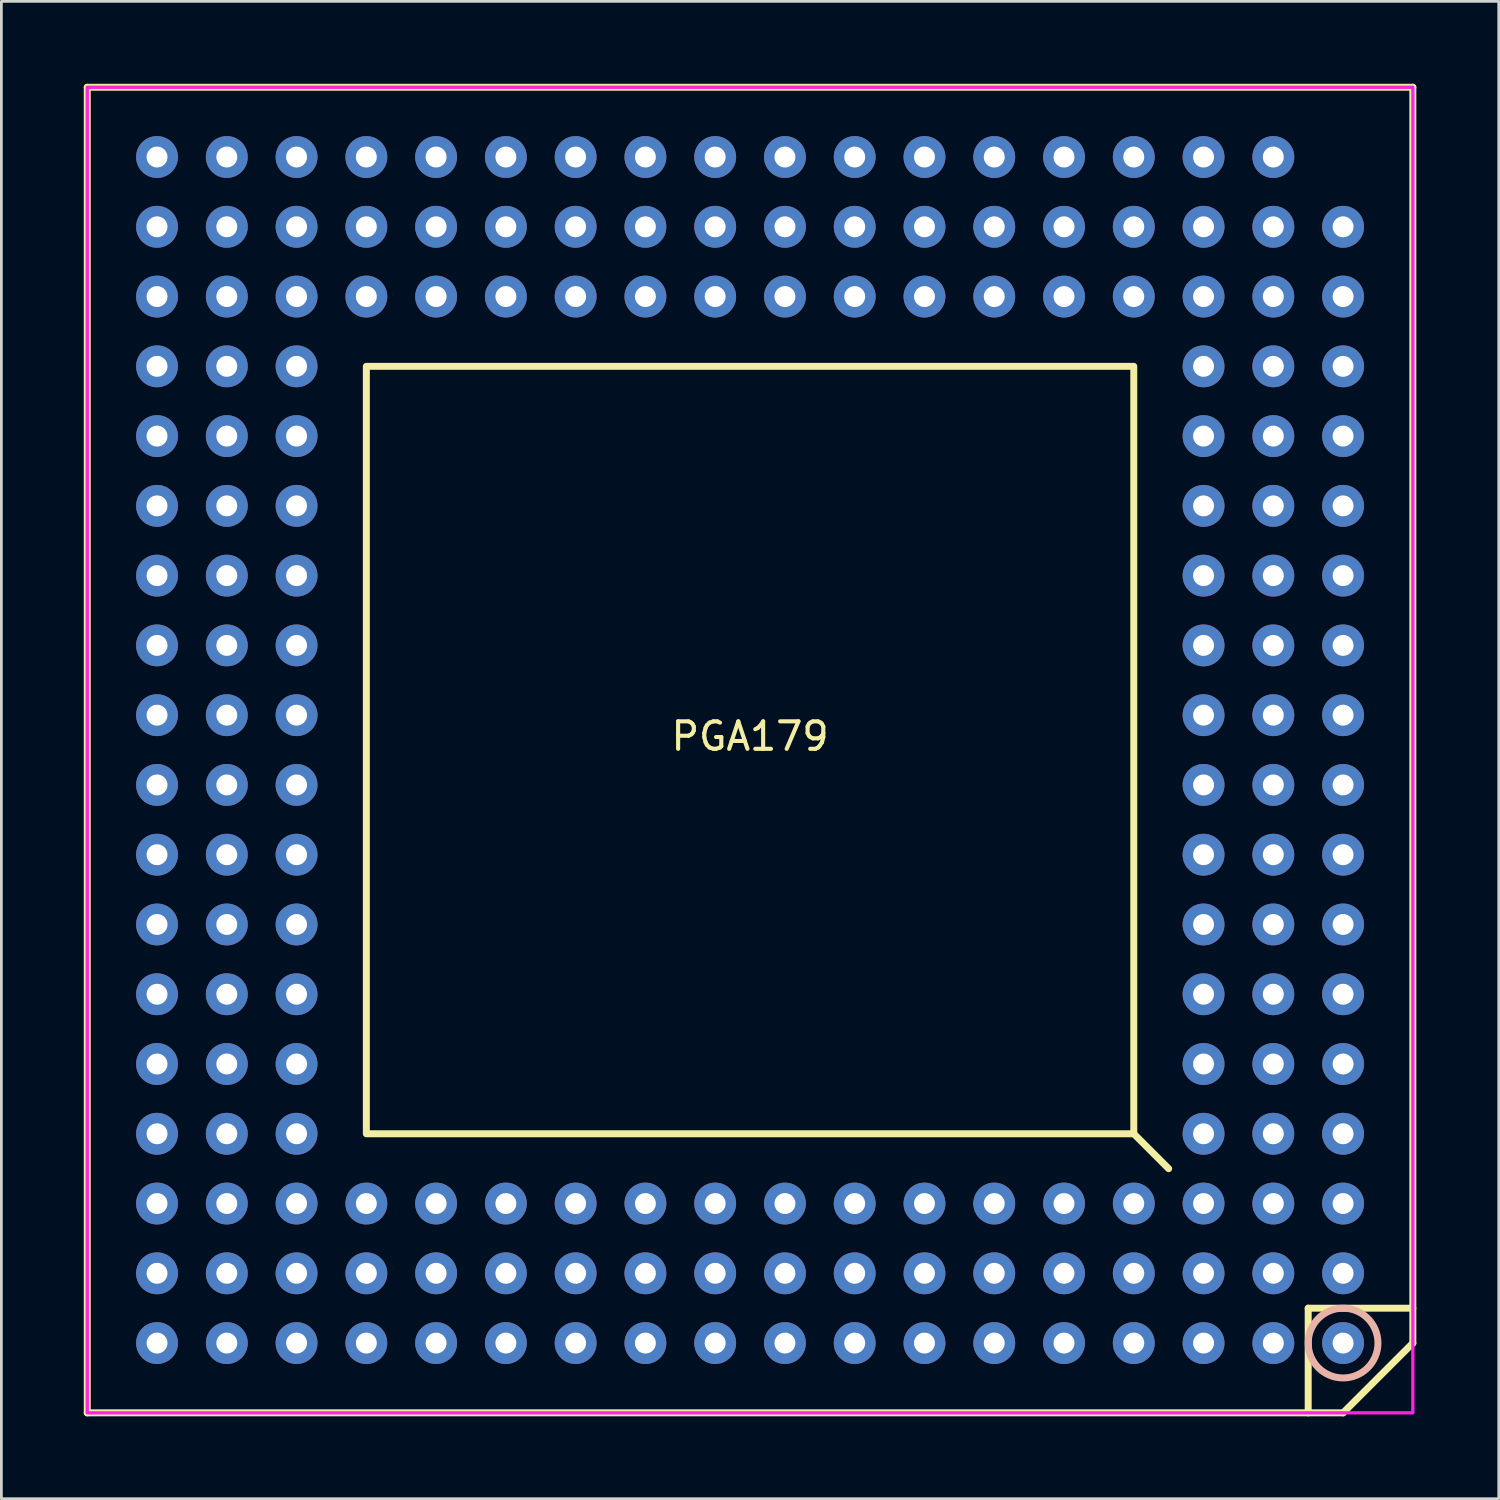
<source format=kicad_pcb>
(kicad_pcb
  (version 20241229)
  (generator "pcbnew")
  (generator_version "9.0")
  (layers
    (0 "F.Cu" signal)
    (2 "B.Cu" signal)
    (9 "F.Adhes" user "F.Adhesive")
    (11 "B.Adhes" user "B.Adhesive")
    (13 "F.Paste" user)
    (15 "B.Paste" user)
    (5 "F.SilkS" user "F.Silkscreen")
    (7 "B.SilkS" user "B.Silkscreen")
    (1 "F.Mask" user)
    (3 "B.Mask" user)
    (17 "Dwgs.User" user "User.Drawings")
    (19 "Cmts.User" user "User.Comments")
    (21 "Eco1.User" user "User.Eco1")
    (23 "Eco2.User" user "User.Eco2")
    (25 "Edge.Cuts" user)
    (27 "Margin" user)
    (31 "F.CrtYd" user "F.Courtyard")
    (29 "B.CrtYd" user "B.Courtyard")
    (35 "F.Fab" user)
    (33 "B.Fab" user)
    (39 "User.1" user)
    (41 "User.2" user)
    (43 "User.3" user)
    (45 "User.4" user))
  (footprint "PGA179"
    (layer "F.Cu")
    (at 24.257 24.257)
    (property "Reference" "PGA179" (at 0 -0.5 0) (unlocked yes) (layer "F.SilkS") (effects (font (size 1 1) (thickness 0.15))))
    (attr through_hole)
    (fp_line (start -24.13 -24.13) (end 24.13 -24.13) (stroke (width 0.254) (type default)) (layer "F.SilkS"))
    (fp_line (start -24.13 24.13) (end -24.13 -24.13) (stroke (width 0.254) (type default)) (layer "F.SilkS"))
    (fp_line (start 15.24 15.24) (end 13.97 13.97) (stroke (width 0.254) (type default)) (layer "F.SilkS"))
    (fp_line (start 20.32 20.32) (end 24.13 20.32) (stroke (width 0.254) (type default)) (layer "F.SilkS"))
    (fp_line (start 20.32 24.13) (end 20.32 20.32) (stroke (width 0.254) (type default)) (layer "F.SilkS"))
    (fp_line (start 21.59 24.13) (end -24.13 24.13) (stroke (width 0.254) (type default)) (layer "F.SilkS"))
    (fp_line (start 24.13 -24.13) (end 24.13 21.59) (stroke (width 0.254) (type default)) (layer "F.SilkS"))
    (fp_line (start 24.13 21.59) (end 21.59 24.13) (stroke (width 0.254) (type default)) (layer "F.SilkS"))
    (fp_rect (start -13.97 -13.97) (end 13.97 13.97) (stroke (width 0.254) (type default)) (fill no) (layer "F.SilkS"))
    (fp_circle (center 21.59 21.59) (end 22.86 21.59) (stroke (width 0.254) (type default)) (fill no) (layer "B.SilkS"))
    (fp_rect (start -24.13 -24.13) (end 24.13 24.13) (stroke (width 0.12) (type default)) (fill no) (layer "F.CrtYd"))
    (pad "A1" thru_hole circle (at 21.59 21.59) (size 1.524 1.524) (drill 0.762) (layers "*.Cu" "*.Mask"))
    (pad "A2" thru_hole circle (at 19.05 21.59) (size 1.524 1.524) (drill 0.762) (layers "*.Cu" "*.Mask"))
    (pad "A3" thru_hole circle (at 16.51 21.59) (size 1.524 1.524) (drill 0.762) (layers "*.Cu" "*.Mask"))
    (pad "A4" thru_hole circle (at 13.97 21.59) (size 1.524 1.524) (drill 0.762) (layers "*.Cu" "*.Mask"))
    (pad "A5" thru_hole circle (at 11.43 21.59) (size 1.524 1.524) (drill 0.762) (layers "*.Cu" "*.Mask"))
    (pad "A6" thru_hole circle (at 8.89 21.59) (size 1.524 1.524) (drill 0.762) (layers "*.Cu" "*.Mask"))
    (pad "A7" thru_hole circle (at 6.35 21.59) (size 1.524 1.524) (drill 0.762) (layers "*.Cu" "*.Mask"))
    (pad "A8" thru_hole circle (at 3.81 21.59) (size 1.524 1.524) (drill 0.762) (layers "*.Cu" "*.Mask"))
    (pad "A9" thru_hole circle (at 1.27 21.59) (size 1.524 1.524) (drill 0.762) (layers "*.Cu" "*.Mask"))
    (pad "A10" thru_hole circle (at -1.27 21.59) (size 1.524 1.524) (drill 0.762) (layers "*.Cu" "*.Mask"))
    (pad "A11" thru_hole circle (at -3.81 21.59) (size 1.524 1.524) (drill 0.762) (layers "*.Cu" "*.Mask"))
    (pad "A12" thru_hole circle (at -6.35 21.59) (size 1.524 1.524) (drill 0.762) (layers "*.Cu" "*.Mask"))
    (pad "A13" thru_hole circle (at -8.89 21.59) (size 1.524 1.524) (drill 0.762) (layers "*.Cu" "*.Mask"))
    (pad "A14" thru_hole circle (at -11.43 21.59) (size 1.524 1.524) (drill 0.762) (layers "*.Cu" "*.Mask"))
    (pad "A15" thru_hole circle (at -13.97 21.59) (size 1.524 1.524) (drill 0.762) (layers "*.Cu" "*.Mask"))
    (pad "A16" thru_hole circle (at -16.51 21.59) (size 1.524 1.524) (drill 0.762) (layers "*.Cu" "*.Mask"))
    (pad "A17" thru_hole circle (at -19.05 21.59) (size 1.524 1.524) (drill 0.762) (layers "*.Cu" "*.Mask"))
    (pad "A18" thru_hole circle (at -21.59 21.59) (size 1.524 1.524) (drill 0.762) (layers "*.Cu" "*.Mask"))
    (pad "B1" thru_hole circle (at 21.59 19.05) (size 1.524 1.524) (drill 0.762) (layers "*.Cu" "*.Mask"))
    (pad "B2" thru_hole circle (at 19.05 19.05) (size 1.524 1.524) (drill 0.762) (layers "*.Cu" "*.Mask"))
    (pad "B3" thru_hole circle (at 16.51 19.05) (size 1.524 1.524) (drill 0.762) (layers "*.Cu" "*.Mask"))
    (pad "B4" thru_hole circle (at 13.97 19.05) (size 1.524 1.524) (drill 0.762) (layers "*.Cu" "*.Mask"))
    (pad "B5" thru_hole circle (at 11.43 19.05) (size 1.524 1.524) (drill 0.762) (layers "*.Cu" "*.Mask"))
    (pad "B6" thru_hole circle (at 8.89 19.05) (size 1.524 1.524) (drill 0.762) (layers "*.Cu" "*.Mask"))
    (pad "B7" thru_hole circle (at 6.35 19.05) (size 1.524 1.524) (drill 0.762) (layers "*.Cu" "*.Mask"))
    (pad "B8" thru_hole circle (at 3.81 19.05) (size 1.524 1.524) (drill 0.762) (layers "*.Cu" "*.Mask"))
    (pad "B9" thru_hole circle (at 1.27 19.05) (size 1.524 1.524) (drill 0.762) (layers "*.Cu" "*.Mask"))
    (pad "B10" thru_hole circle (at -1.27 19.05) (size 1.524 1.524) (drill 0.762) (layers "*.Cu" "*.Mask"))
    (pad "B11" thru_hole circle (at -3.81 19.05) (size 1.524 1.524) (drill 0.762) (layers "*.Cu" "*.Mask"))
    (pad "B12" thru_hole circle (at -6.35 19.05) (size 1.524 1.524) (drill 0.762) (layers "*.Cu" "*.Mask"))
    (pad "B13" thru_hole circle (at -8.89 19.05) (size 1.524 1.524) (drill 0.762) (layers "*.Cu" "*.Mask"))
    (pad "B14" thru_hole circle (at -11.43 19.05) (size 1.524 1.524) (drill 0.762) (layers "*.Cu" "*.Mask"))
    (pad "B15" thru_hole circle (at -13.97 19.05) (size 1.524 1.524) (drill 0.762) (layers "*.Cu" "*.Mask"))
    (pad "B16" thru_hole circle (at -16.51 19.05) (size 1.524 1.524) (drill 0.762) (layers "*.Cu" "*.Mask"))
    (pad "B17" thru_hole circle (at -19.05 19.05) (size 1.524 1.524) (drill 0.762) (layers "*.Cu" "*.Mask"))
    (pad "B18" thru_hole circle (at -21.59 19.05) (size 1.524 1.524) (drill 0.762) (layers "*.Cu" "*.Mask"))
    (pad "C1" thru_hole circle (at 21.59 16.51) (size 1.524 1.524) (drill 0.762) (layers "*.Cu" "*.Mask"))
    (pad "C2" thru_hole circle (at 19.05 16.51) (size 1.524 1.524) (drill 0.762) (layers "*.Cu" "*.Mask"))
    (pad "C3" thru_hole circle (at 16.51 16.51) (size 1.524 1.524) (drill 0.762) (layers "*.Cu" "*.Mask"))
    (pad "C4" thru_hole circle (at 13.97 16.51) (size 1.524 1.524) (drill 0.762) (layers "*.Cu" "*.Mask"))
    (pad "C5" thru_hole circle (at 11.43 16.51) (size 1.524 1.524) (drill 0.762) (layers "*.Cu" "*.Mask"))
    (pad "C6" thru_hole circle (at 8.89 16.51) (size 1.524 1.524) (drill 0.762) (layers "*.Cu" "*.Mask"))
    (pad "C7" thru_hole circle (at 6.35 16.51) (size 1.524 1.524) (drill 0.762) (layers "*.Cu" "*.Mask"))
    (pad "C8" thru_hole circle (at 3.81 16.51) (size 1.524 1.524) (drill 0.762) (layers "*.Cu" "*.Mask"))
    (pad "C9" thru_hole circle (at 1.27 16.51) (size 1.524 1.524) (drill 0.762) (layers "*.Cu" "*.Mask"))
    (pad "C10" thru_hole circle (at -1.27 16.51) (size 1.524 1.524) (drill 0.762) (layers "*.Cu" "*.Mask"))
    (pad "C11" thru_hole circle (at -3.81 16.51) (size 1.524 1.524) (drill 0.762) (layers "*.Cu" "*.Mask"))
    (pad "C12" thru_hole circle (at -6.35 16.51) (size 1.524 1.524) (drill 0.762) (layers "*.Cu" "*.Mask"))
    (pad "C13" thru_hole circle (at -8.89 16.51) (size 1.524 1.524) (drill 0.762) (layers "*.Cu" "*.Mask"))
    (pad "C14" thru_hole circle (at -11.43 16.51) (size 1.524 1.524) (drill 0.762) (layers "*.Cu" "*.Mask"))
    (pad "C15" thru_hole circle (at -13.97 16.51) (size 1.524 1.524) (drill 0.762) (layers "*.Cu" "*.Mask"))
    (pad "C16" thru_hole circle (at -16.51 16.51) (size 1.524 1.524) (drill 0.762) (layers "*.Cu" "*.Mask"))
    (pad "C17" thru_hole circle (at -19.05 16.51) (size 1.524 1.524) (drill 0.762) (layers "*.Cu" "*.Mask"))
    (pad "C18" thru_hole circle (at -21.59 16.51) (size 1.524 1.524) (drill 0.762) (layers "*.Cu" "*.Mask"))
    (pad "D1" thru_hole circle (at 21.59 13.97) (size 1.524 1.524) (drill 0.762) (layers "*.Cu" "*.Mask"))
    (pad "D2" thru_hole circle (at 19.05 13.97) (size 1.524 1.524) (drill 0.762) (layers "*.Cu" "*.Mask"))
    (pad "D3" thru_hole circle (at 16.51 13.97) (size 1.524 1.524) (drill 0.762) (layers "*.Cu" "*.Mask"))
    (pad "D16" thru_hole circle (at -16.51 13.97) (size 1.524 1.524) (drill 0.762) (layers "*.Cu" "*.Mask"))
    (pad "D17" thru_hole circle (at -19.05 13.97) (size 1.524 1.524) (drill 0.762) (layers "*.Cu" "*.Mask"))
    (pad "D18" thru_hole circle (at -21.59 13.97) (size 1.524 1.524) (drill 0.762) (layers "*.Cu" "*.Mask"))
    (pad "E1" thru_hole circle (at 21.59 11.43) (size 1.524 1.524) (drill 0.762) (layers "*.Cu" "*.Mask"))
    (pad "E2" thru_hole circle (at 19.05 11.43) (size 1.524 1.524) (drill 0.762) (layers "*.Cu" "*.Mask"))
    (pad "E3" thru_hole circle (at 16.51 11.43) (size 1.524 1.524) (drill 0.762) (layers "*.Cu" "*.Mask"))
    (pad "E16" thru_hole circle (at -16.51 11.43) (size 1.524 1.524) (drill 0.762) (layers "*.Cu" "*.Mask"))
    (pad "E17" thru_hole circle (at -19.05 11.43) (size 1.524 1.524) (drill 0.762) (layers "*.Cu" "*.Mask"))
    (pad "E18" thru_hole circle (at -21.59 11.43) (size 1.524 1.524) (drill 0.762) (layers "*.Cu" "*.Mask"))
    (pad "F1" thru_hole circle (at 21.59 8.89) (size 1.524 1.524) (drill 0.762) (layers "*.Cu" "*.Mask"))
    (pad "F2" thru_hole circle (at 19.05 8.89) (size 1.524 1.524) (drill 0.762) (layers "*.Cu" "*.Mask"))
    (pad "F3" thru_hole circle (at 16.51 8.89) (size 1.524 1.524) (drill 0.762) (layers "*.Cu" "*.Mask"))
    (pad "F16" thru_hole circle (at -16.51 8.89) (size 1.524 1.524) (drill 0.762) (layers "*.Cu" "*.Mask"))
    (pad "F17" thru_hole circle (at -19.05 8.89) (size 1.524 1.524) (drill 0.762) (layers "*.Cu" "*.Mask"))
    (pad "F18" thru_hole circle (at -21.59 8.89) (size 1.524 1.524) (drill 0.762) (layers "*.Cu" "*.Mask"))
    (pad "G1" thru_hole circle (at 21.59 6.35) (size 1.524 1.524) (drill 0.762) (layers "*.Cu" "*.Mask"))
    (pad "G2" thru_hole circle (at 19.05 6.35) (size 1.524 1.524) (drill 0.762) (layers "*.Cu" "*.Mask"))
    (pad "G3" thru_hole circle (at 16.51 6.35) (size 1.524 1.524) (drill 0.762) (layers "*.Cu" "*.Mask"))
    (pad "G16" thru_hole circle (at -16.51 6.35) (size 1.524 1.524) (drill 0.762) (layers "*.Cu" "*.Mask"))
    (pad "G17" thru_hole circle (at -19.05 6.35) (size 1.524 1.524) (drill 0.762) (layers "*.Cu" "*.Mask"))
    (pad "G18" thru_hole circle (at -21.59 6.35) (size 1.524 1.524) (drill 0.762) (layers "*.Cu" "*.Mask"))
    (pad "H1" thru_hole circle (at 21.59 3.81) (size 1.524 1.524) (drill 0.762) (layers "*.Cu" "*.Mask"))
    (pad "H2" thru_hole circle (at 19.05 3.81) (size 1.524 1.524) (drill 0.762) (layers "*.Cu" "*.Mask"))
    (pad "H3" thru_hole circle (at 16.51 3.81) (size 1.524 1.524) (drill 0.762) (layers "*.Cu" "*.Mask"))
    (pad "H16" thru_hole circle (at -16.51 3.81) (size 1.524 1.524) (drill 0.762) (layers "*.Cu" "*.Mask"))
    (pad "H17" thru_hole circle (at -19.05 3.81) (size 1.524 1.524) (drill 0.762) (layers "*.Cu" "*.Mask"))
    (pad "H18" thru_hole circle (at -21.59 3.81) (size 1.524 1.524) (drill 0.762) (layers "*.Cu" "*.Mask"))
    (pad "J1" thru_hole circle (at 21.59 1.27) (size 1.524 1.524) (drill 0.762) (layers "*.Cu" "*.Mask"))
    (pad "J2" thru_hole circle (at 19.05 1.27) (size 1.524 1.524) (drill 0.762) (layers "*.Cu" "*.Mask"))
    (pad "J3" thru_hole circle (at 16.51 1.27) (size 1.524 1.524) (drill 0.762) (layers "*.Cu" "*.Mask"))
    (pad "J16" thru_hole circle (at -16.51 1.27) (size 1.524 1.524) (drill 0.762) (layers "*.Cu" "*.Mask"))
    (pad "J17" thru_hole circle (at -19.05 1.27) (size 1.524 1.524) (drill 0.762) (layers "*.Cu" "*.Mask"))
    (pad "J18" thru_hole circle (at -21.59 1.27) (size 1.524 1.524) (drill 0.762) (layers "*.Cu" "*.Mask"))
    (pad "K1" thru_hole circle (at 21.59 -1.27) (size 1.524 1.524) (drill 0.762) (layers "*.Cu" "*.Mask"))
    (pad "K2" thru_hole circle (at 19.05 -1.27) (size 1.524 1.524) (drill 0.762) (layers "*.Cu" "*.Mask"))
    (pad "K3" thru_hole circle (at 16.51 -1.27) (size 1.524 1.524) (drill 0.762) (layers "*.Cu" "*.Mask"))
    (pad "K16" thru_hole circle (at -16.51 -1.27) (size 1.524 1.524) (drill 0.762) (layers "*.Cu" "*.Mask"))
    (pad "K17" thru_hole circle (at -19.05 -1.27) (size 1.524 1.524) (drill 0.762) (layers "*.Cu" "*.Mask"))
    (pad "K18" thru_hole circle (at -21.59 -1.27) (size 1.524 1.524) (drill 0.762) (layers "*.Cu" "*.Mask"))
    (pad "L1" thru_hole circle (at 21.59 -3.81) (size 1.524 1.524) (drill 0.762) (layers "*.Cu" "*.Mask"))
    (pad "L2" thru_hole circle (at 19.05 -3.81) (size 1.524 1.524) (drill 0.762) (layers "*.Cu" "*.Mask"))
    (pad "L3" thru_hole circle (at 16.51 -3.81) (size 1.524 1.524) (drill 0.762) (layers "*.Cu" "*.Mask"))
    (pad "L16" thru_hole circle (at -16.51 -3.81) (size 1.524 1.524) (drill 0.762) (layers "*.Cu" "*.Mask"))
    (pad "L17" thru_hole circle (at -19.05 -3.81) (size 1.524 1.524) (drill 0.762) (layers "*.Cu" "*.Mask"))
    (pad "L18" thru_hole circle (at -21.59 -3.81) (size 1.524 1.524) (drill 0.762) (layers "*.Cu" "*.Mask"))
    (pad "M1" thru_hole circle (at 21.59 -6.35) (size 1.524 1.524) (drill 0.762) (layers "*.Cu" "*.Mask"))
    (pad "M2" thru_hole circle (at 19.05 -6.35) (size 1.524 1.524) (drill 0.762) (layers "*.Cu" "*.Mask"))
    (pad "M3" thru_hole circle (at 16.51 -6.35) (size 1.524 1.524) (drill 0.762) (layers "*.Cu" "*.Mask"))
    (pad "M16" thru_hole circle (at -16.51 -6.35) (size 1.524 1.524) (drill 0.762) (layers "*.Cu" "*.Mask"))
    (pad "M17" thru_hole circle (at -19.05 -6.35) (size 1.524 1.524) (drill 0.762) (layers "*.Cu" "*.Mask"))
    (pad "M18" thru_hole circle (at -21.59 -6.35) (size 1.524 1.524) (drill 0.762) (layers "*.Cu" "*.Mask"))
    (pad "N1" thru_hole circle (at 21.59 -8.89) (size 1.524 1.524) (drill 0.762) (layers "*.Cu" "*.Mask"))
    (pad "N2" thru_hole circle (at 19.05 -8.89) (size 1.524 1.524) (drill 0.762) (layers "*.Cu" "*.Mask"))
    (pad "N3" thru_hole circle (at 16.51 -8.89) (size 1.524 1.524) (drill 0.762) (layers "*.Cu" "*.Mask"))
    (pad "N16" thru_hole circle (at -16.51 -8.89) (size 1.524 1.524) (drill 0.762) (layers "*.Cu" "*.Mask"))
    (pad "N17" thru_hole circle (at -19.05 -8.89) (size 1.524 1.524) (drill 0.762) (layers "*.Cu" "*.Mask"))
    (pad "N18" thru_hole circle (at -21.59 -8.89) (size 1.524 1.524) (drill 0.762) (layers "*.Cu" "*.Mask"))
    (pad "P1" thru_hole circle (at 21.59 -11.43) (size 1.524 1.524) (drill 0.762) (layers "*.Cu" "*.Mask"))
    (pad "P2" thru_hole circle (at 19.05 -11.43) (size 1.524 1.524) (drill 0.762) (layers "*.Cu" "*.Mask"))
    (pad "P3" thru_hole circle (at 16.51 -11.43) (size 1.524 1.524) (drill 0.762) (layers "*.Cu" "*.Mask"))
    (pad "P16" thru_hole circle (at -16.51 -11.43) (size 1.524 1.524) (drill 0.762) (layers "*.Cu" "*.Mask"))
    (pad "P17" thru_hole circle (at -19.05 -11.43) (size 1.524 1.524) (drill 0.762) (layers "*.Cu" "*.Mask"))
    (pad "P18" thru_hole circle (at -21.59 -11.43) (size 1.524 1.524) (drill 0.762) (layers "*.Cu" "*.Mask"))
    (pad "Q1" thru_hole circle (at 21.59 -13.97) (size 1.524 1.524) (drill 0.762) (layers "*.Cu" "*.Mask"))
    (pad "Q2" thru_hole circle (at 19.05 -13.97) (size 1.524 1.524) (drill 0.762) (layers "*.Cu" "*.Mask"))
    (pad "Q3" thru_hole circle (at 16.51 -13.97) (size 1.524 1.524) (drill 0.762) (layers "*.Cu" "*.Mask"))
    (pad "Q16" thru_hole circle (at -16.51 -13.97) (size 1.524 1.524) (drill 0.762) (layers "*.Cu" "*.Mask"))
    (pad "Q17" thru_hole circle (at -19.05 -13.97) (size 1.524 1.524) (drill 0.762) (layers "*.Cu" "*.Mask"))
    (pad "Q18" thru_hole circle (at -21.59 -13.97) (size 1.524 1.524) (drill 0.762) (layers "*.Cu" "*.Mask"))
    (pad "R1" thru_hole circle (at 21.59 -16.51) (size 1.524 1.524) (drill 0.762) (layers "*.Cu" "*.Mask"))
    (pad "R2" thru_hole circle (at 19.05 -16.51) (size 1.524 1.524) (drill 0.762) (layers "*.Cu" "*.Mask"))
    (pad "R3" thru_hole circle (at 16.51 -16.51) (size 1.524 1.524) (drill 0.762) (layers "*.Cu" "*.Mask"))
    (pad "R4" thru_hole circle (at 13.97 -16.51) (size 1.524 1.524) (drill 0.762) (layers "*.Cu" "*.Mask"))
    (pad "R5" thru_hole circle (at 11.43 -16.51) (size 1.524 1.524) (drill 0.762) (layers "*.Cu" "*.Mask"))
    (pad "R6" thru_hole circle (at 8.89 -16.51) (size 1.524 1.524) (drill 0.762) (layers "*.Cu" "*.Mask"))
    (pad "R7" thru_hole circle (at 6.35 -16.51) (size 1.524 1.524) (drill 0.762) (layers "*.Cu" "*.Mask"))
    (pad "R8" thru_hole circle (at 3.81 -16.51) (size 1.524 1.524) (drill 0.762) (layers "*.Cu" "*.Mask"))
    (pad "R9" thru_hole circle (at 1.27 -16.51) (size 1.524 1.524) (drill 0.762) (layers "*.Cu" "*.Mask"))
    (pad "R10" thru_hole circle (at -1.27 -16.51) (size 1.524 1.524) (drill 0.762) (layers "*.Cu" "*.Mask"))
    (pad "R11" thru_hole circle (at -3.81 -16.51) (size 1.524 1.524) (drill 0.762) (layers "*.Cu" "*.Mask"))
    (pad "R12" thru_hole circle (at -6.35 -16.51) (size 1.524 1.524) (drill 0.762) (layers "*.Cu" "*.Mask"))
    (pad "R13" thru_hole circle (at -8.89 -16.51) (size 1.524 1.524) (drill 0.762) (layers "*.Cu" "*.Mask"))
    (pad "R14" thru_hole circle (at -11.43 -16.51) (size 1.524 1.524) (drill 0.762) (layers "*.Cu" "*.Mask"))
    (pad "R15" thru_hole circle (at -13.97 -16.51) (size 1.524 1.524) (drill 0.762) (layers "*.Cu" "*.Mask"))
    (pad "R16" thru_hole circle (at -16.51 -16.51) (size 1.524 1.524) (drill 0.762) (layers "*.Cu" "*.Mask"))
    (pad "R17" thru_hole circle (at -19.05 -16.51) (size 1.524 1.524) (drill 0.762) (layers "*.Cu" "*.Mask"))
    (pad "R18" thru_hole circle (at -21.59 -16.51) (size 1.524 1.524) (drill 0.762) (layers "*.Cu" "*.Mask"))
    (pad "S1" thru_hole circle (at 21.59 -19.05) (size 1.524 1.524) (drill 0.762) (layers "*.Cu" "*.Mask"))
    (pad "S2" thru_hole circle (at 19.05 -19.05) (size 1.524 1.524) (drill 0.762) (layers "*.Cu" "*.Mask"))
    (pad "S3" thru_hole circle (at 16.51 -19.05) (size 1.524 1.524) (drill 0.762) (layers "*.Cu" "*.Mask"))
    (pad "S4" thru_hole circle (at 13.97 -19.05) (size 1.524 1.524) (drill 0.762) (layers "*.Cu" "*.Mask"))
    (pad "S5" thru_hole circle (at 11.43 -19.05) (size 1.524 1.524) (drill 0.762) (layers "*.Cu" "*.Mask"))
    (pad "S6" thru_hole circle (at 8.89 -19.05) (size 1.524 1.524) (drill 0.762) (layers "*.Cu" "*.Mask"))
    (pad "S7" thru_hole circle (at 6.35 -19.05) (size 1.524 1.524) (drill 0.762) (layers "*.Cu" "*.Mask"))
    (pad "S8" thru_hole circle (at 3.81 -19.05) (size 1.524 1.524) (drill 0.762) (layers "*.Cu" "*.Mask"))
    (pad "S9" thru_hole circle (at 1.27 -19.05) (size 1.524 1.524) (drill 0.762) (layers "*.Cu" "*.Mask"))
    (pad "S10" thru_hole circle (at -1.27 -19.05) (size 1.524 1.524) (drill 0.762) (layers "*.Cu" "*.Mask"))
    (pad "S11" thru_hole circle (at -3.81 -19.05) (size 1.524 1.524) (drill 0.762) (layers "*.Cu" "*.Mask"))
    (pad "S12" thru_hole circle (at -6.35 -19.05) (size 1.524 1.524) (drill 0.762) (layers "*.Cu" "*.Mask"))
    (pad "S13" thru_hole circle (at -8.89 -19.05) (size 1.524 1.524) (drill 0.762) (layers "*.Cu" "*.Mask"))
    (pad "S14" thru_hole circle (at -11.43 -19.05) (size 1.524 1.524) (drill 0.762) (layers "*.Cu" "*.Mask"))
    (pad "S15" thru_hole circle (at -13.97 -19.05) (size 1.524 1.524) (drill 0.762) (layers "*.Cu" "*.Mask"))
    (pad "S16" thru_hole circle (at -16.51 -19.05) (size 1.524 1.524) (drill 0.762) (layers "*.Cu" "*.Mask"))
    (pad "S17" thru_hole circle (at -19.05 -19.05) (size 1.524 1.524) (drill 0.762) (layers "*.Cu" "*.Mask"))
    (pad "S18" thru_hole circle (at -21.59 -19.05) (size 1.524 1.524) (drill 0.762) (layers "*.Cu" "*.Mask"))
    (pad "T2" thru_hole circle (at 19.05 -21.59) (size 1.524 1.524) (drill 0.762) (layers "*.Cu" "*.Mask"))
    (pad "T3" thru_hole circle (at 16.51 -21.59) (size 1.524 1.524) (drill 0.762) (layers "*.Cu" "*.Mask"))
    (pad "T4" thru_hole circle (at 13.97 -21.59) (size 1.524 1.524) (drill 0.762) (layers "*.Cu" "*.Mask"))
    (pad "T5" thru_hole circle (at 11.43 -21.59) (size 1.524 1.524) (drill 0.762) (layers "*.Cu" "*.Mask"))
    (pad "T6" thru_hole circle (at 8.89 -21.59) (size 1.524 1.524) (drill 0.762) (layers "*.Cu" "*.Mask"))
    (pad "T7" thru_hole circle (at 6.35 -21.59) (size 1.524 1.524) (drill 0.762) (layers "*.Cu" "*.Mask"))
    (pad "T8" thru_hole circle (at 3.81 -21.59) (size 1.524 1.524) (drill 0.762) (layers "*.Cu" "*.Mask"))
    (pad "T9" thru_hole circle (at 1.27 -21.59) (size 1.524 1.524) (drill 0.762) (layers "*.Cu" "*.Mask"))
    (pad "T10" thru_hole circle (at -1.27 -21.59) (size 1.524 1.524) (drill 0.762) (layers "*.Cu" "*.Mask"))
    (pad "T11" thru_hole circle (at -3.81 -21.59) (size 1.524 1.524) (drill 0.762) (layers "*.Cu" "*.Mask"))
    (pad "T12" thru_hole circle (at -6.35 -21.59) (size 1.524 1.524) (drill 0.762) (layers "*.Cu" "*.Mask"))
    (pad "T13" thru_hole circle (at -8.89 -21.59) (size 1.524 1.524) (drill 0.762) (layers "*.Cu" "*.Mask"))
    (pad "T14" thru_hole circle (at -11.43 -21.59) (size 1.524 1.524) (drill 0.762) (layers "*.Cu" "*.Mask"))
    (pad "T15" thru_hole circle (at -13.97 -21.59) (size 1.524 1.524) (drill 0.762) (layers "*.Cu" "*.Mask"))
    (pad "T16" thru_hole circle (at -16.51 -21.59) (size 1.524 1.524) (drill 0.762) (layers "*.Cu" "*.Mask"))
    (pad "T17" thru_hole circle (at -19.05 -21.59) (size 1.524 1.524) (drill 0.762) (layers "*.Cu" "*.Mask"))
    (pad "T18" thru_hole circle (at -21.59 -21.59) (size 1.524 1.524) (drill 0.762) (layers "*.Cu" "*.Mask")))
  (gr_rect
    (start -3 -3)
    (end 51.514 51.514)
    (stroke (width 0.1) (type default))
    (fill no)
    (layer "Edge.Cuts")))
</source>
